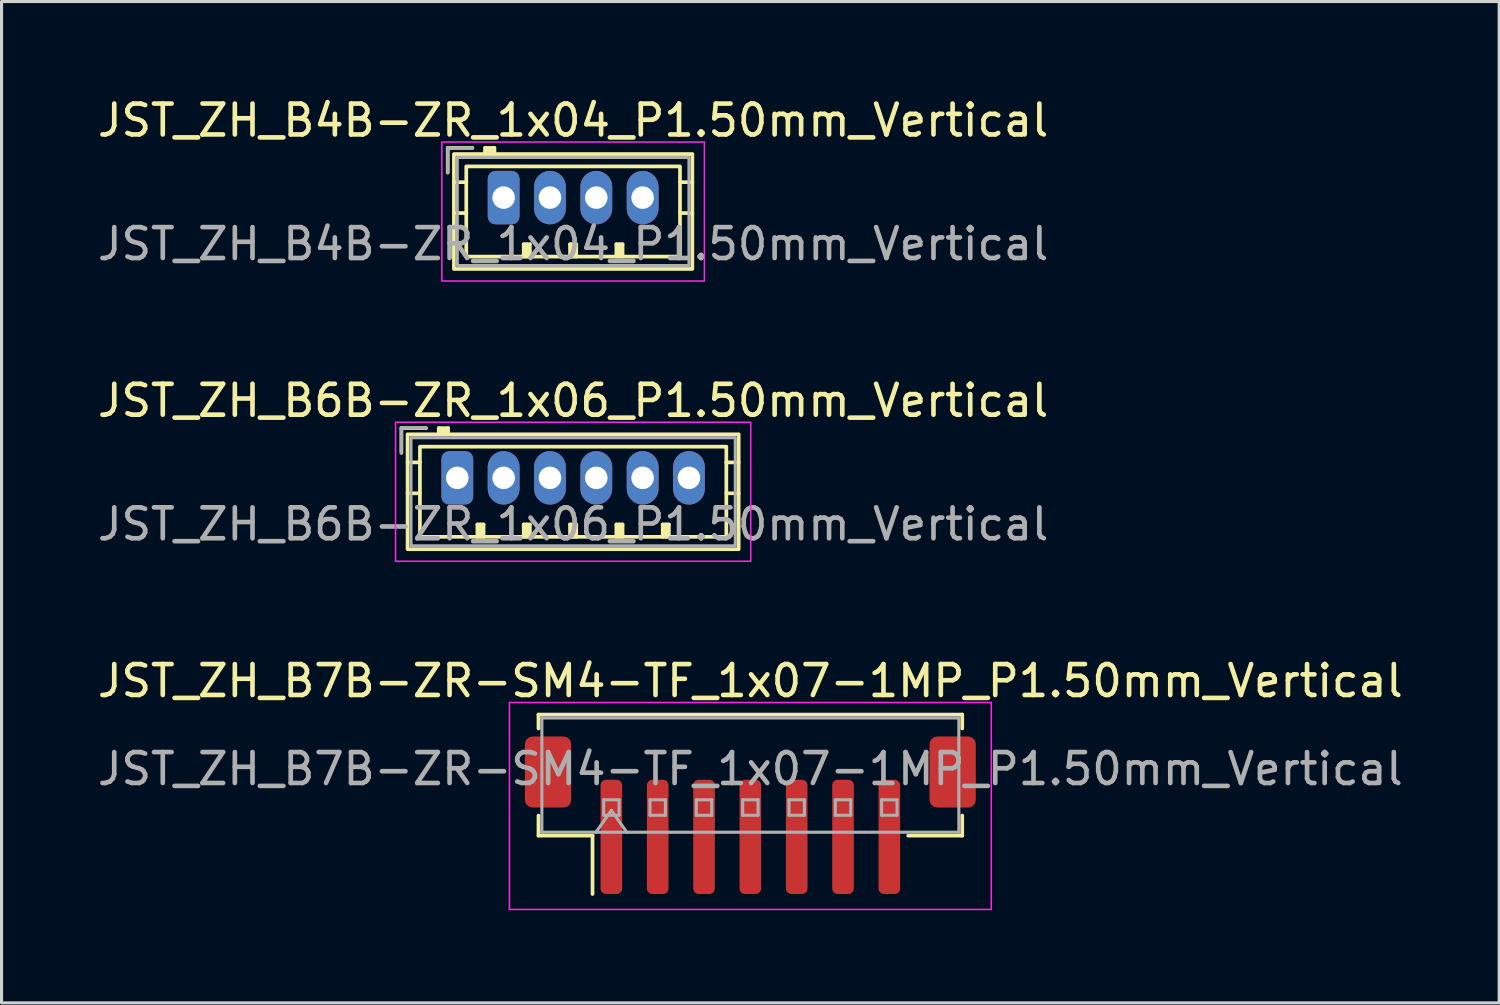
<source format=kicad_pcb>
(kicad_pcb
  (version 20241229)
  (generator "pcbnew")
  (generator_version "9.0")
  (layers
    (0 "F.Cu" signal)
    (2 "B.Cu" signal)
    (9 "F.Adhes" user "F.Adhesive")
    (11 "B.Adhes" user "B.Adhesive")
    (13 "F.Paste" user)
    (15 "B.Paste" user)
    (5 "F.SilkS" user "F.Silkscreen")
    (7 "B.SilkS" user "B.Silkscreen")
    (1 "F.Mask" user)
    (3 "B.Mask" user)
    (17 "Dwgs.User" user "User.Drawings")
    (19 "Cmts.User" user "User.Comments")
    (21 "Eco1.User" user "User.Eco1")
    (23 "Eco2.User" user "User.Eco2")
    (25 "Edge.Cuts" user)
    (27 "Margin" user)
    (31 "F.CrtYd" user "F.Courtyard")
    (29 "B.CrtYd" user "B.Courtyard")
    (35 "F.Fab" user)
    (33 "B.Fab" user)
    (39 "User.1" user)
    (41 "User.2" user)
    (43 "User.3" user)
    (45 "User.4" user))
  (footprint "JST_ZH_B7B-ZR-SM4-TF_1x07-1MP_P1.50mm_Vertical"
    (layer "F.Cu")
    (at 21.244 23.345)
    (property "Reference" "JST_ZH_B7B-ZR-SM4-TF_1x07-1MP_P1.50mm_Vertical" (at 0 -4.35 0) (layer "F.SilkS") (effects (font (size 1 1) (thickness 0.15))))
    (attr smd)
    (fp_line (start -6.86 -3.26) (end 6.86 -3.26) (stroke (width 0.12) (type solid)) (layer "F.SilkS"))
    (fp_line (start -6.86 -2.81) (end -6.86 -3.26) (stroke (width 0.12) (type solid)) (layer "F.SilkS"))
    (fp_line (start -6.86 0.01) (end -6.86 0.66) (stroke (width 0.12) (type solid)) (layer "F.SilkS"))
    (fp_line (start -6.86 0.66) (end -5.11 0.66) (stroke (width 0.12) (type solid)) (layer "F.SilkS"))
    (fp_line (start -5.11 0.66) (end -5.11 2.55) (stroke (width 0.12) (type solid)) (layer "F.SilkS"))
    (fp_line (start 6.86 -3.26) (end 6.86 -2.81) (stroke (width 0.12) (type solid)) (layer "F.SilkS"))
    (fp_line (start 6.86 0.01) (end 6.86 0.66) (stroke (width 0.12) (type solid)) (layer "F.SilkS"))
    (fp_line (start 6.86 0.66) (end 5.11 0.66) (stroke (width 0.12) (type solid)) (layer "F.SilkS"))
    (fp_line (start -7.8 -3.65) (end -7.8 3.05) (stroke (width 0.05) (type solid)) (layer "F.CrtYd"))
    (fp_line (start -7.8 3.05) (end 7.8 3.05) (stroke (width 0.05) (type solid)) (layer "F.CrtYd"))
    (fp_line (start 7.8 -3.65) (end -7.8 -3.65) (stroke (width 0.05) (type solid)) (layer "F.CrtYd"))
    (fp_line (start 7.8 3.05) (end 7.8 -3.65) (stroke (width 0.05) (type solid)) (layer "F.CrtYd"))
    (fp_line (start -6.75 -3.15) (end 6.75 -3.15) (stroke (width 0.1) (type solid)) (layer "F.Fab"))
    (fp_line (start -6.75 0.55) (end -6.75 -3.15) (stroke (width 0.1) (type solid)) (layer "F.Fab"))
    (fp_line (start -6.75 0.55) (end 6.75 0.55) (stroke (width 0.1) (type solid)) (layer "F.Fab"))
    (fp_line (start -5 0.55) (end -4.5 -0.157) (stroke (width 0.1) (type solid)) (layer "F.Fab"))
    (fp_line (start -4.75 -0.5) (end -4.75 0) (stroke (width 0.1) (type solid)) (layer "F.Fab"))
    (fp_line (start -4.75 0) (end -4.25 0) (stroke (width 0.1) (type solid)) (layer "F.Fab"))
    (fp_line (start -4.5 -0.157) (end -4 0.55) (stroke (width 0.1) (type solid)) (layer "F.Fab"))
    (fp_line (start -4.25 -0.5) (end -4.75 -0.5) (stroke (width 0.1) (type solid)) (layer "F.Fab"))
    (fp_line (start -4.25 0) (end -4.25 -0.5) (stroke (width 0.1) (type solid)) (layer "F.Fab"))
    (fp_line (start -3.25 -0.5) (end -3.25 0) (stroke (width 0.1) (type solid)) (layer "F.Fab"))
    (fp_line (start -3.25 0) (end -2.75 0) (stroke (width 0.1) (type solid)) (layer "F.Fab"))
    (fp_line (start -2.75 -0.5) (end -3.25 -0.5) (stroke (width 0.1) (type solid)) (layer "F.Fab"))
    (fp_line (start -2.75 0) (end -2.75 -0.5) (stroke (width 0.1) (type solid)) (layer "F.Fab"))
    (fp_line (start -1.75 -0.5) (end -1.75 0) (stroke (width 0.1) (type solid)) (layer "F.Fab"))
    (fp_line (start -1.75 0) (end -1.25 0) (stroke (width 0.1) (type solid)) (layer "F.Fab"))
    (fp_line (start -1.25 -0.5) (end -1.75 -0.5) (stroke (width 0.1) (type solid)) (layer "F.Fab"))
    (fp_line (start -1.25 0) (end -1.25 -0.5) (stroke (width 0.1) (type solid)) (layer "F.Fab"))
    (fp_line (start -0.25 -0.5) (end -0.25 0) (stroke (width 0.1) (type solid)) (layer "F.Fab"))
    (fp_line (start -0.25 0) (end 0.25 0) (stroke (width 0.1) (type solid)) (layer "F.Fab"))
    (fp_line (start 0.25 -0.5) (end -0.25 -0.5) (stroke (width 0.1) (type solid)) (layer "F.Fab"))
    (fp_line (start 0.25 0) (end 0.25 -0.5) (stroke (width 0.1) (type solid)) (layer "F.Fab"))
    (fp_line (start 1.25 -0.5) (end 1.25 0) (stroke (width 0.1) (type solid)) (layer "F.Fab"))
    (fp_line (start 1.25 0) (end 1.75 0) (stroke (width 0.1) (type solid)) (layer "F.Fab"))
    (fp_line (start 1.75 -0.5) (end 1.25 -0.5) (stroke (width 0.1) (type solid)) (layer "F.Fab"))
    (fp_line (start 1.75 0) (end 1.75 -0.5) (stroke (width 0.1) (type solid)) (layer "F.Fab"))
    (fp_line (start 2.75 -0.5) (end 2.75 0) (stroke (width 0.1) (type solid)) (layer "F.Fab"))
    (fp_line (start 2.75 0) (end 3.25 0) (stroke (width 0.1) (type solid)) (layer "F.Fab"))
    (fp_line (start 3.25 -0.5) (end 2.75 -0.5) (stroke (width 0.1) (type solid)) (layer "F.Fab"))
    (fp_line (start 3.25 0) (end 3.25 -0.5) (stroke (width 0.1) (type solid)) (layer "F.Fab"))
    (fp_line (start 4.25 -0.5) (end 4.25 0) (stroke (width 0.1) (type solid)) (layer "F.Fab"))
    (fp_line (start 4.25 0) (end 4.75 0) (stroke (width 0.1) (type solid)) (layer "F.Fab"))
    (fp_line (start 4.75 -0.5) (end 4.25 -0.5) (stroke (width 0.1) (type solid)) (layer "F.Fab"))
    (fp_line (start 4.75 0) (end 4.75 -0.5) (stroke (width 0.1) (type solid)) (layer "F.Fab"))
    (fp_line (start 6.75 0.55) (end 6.75 -3.15) (stroke (width 0.1) (type solid)) (layer "F.Fab"))
    (fp_text user "${REFERENCE}" (at 0 -1.5 0) (layer "F.Fab") (effects (font (size 1 1) (thickness 0.15))))
    (pad "1" smd roundrect (at -4.5 0.7) (size 0.7 3.7) (layers "F.Cu" "F.Mask" "F.Paste") (roundrect_rratio 0.25))
    (pad "2" smd roundrect (at -3 0.7) (size 0.7 3.7) (layers "F.Cu" "F.Mask" "F.Paste") (roundrect_rratio 0.25))
    (pad "3" smd roundrect (at -1.5 0.7) (size 0.7 3.7) (layers "F.Cu" "F.Mask" "F.Paste") (roundrect_rratio 0.25))
    (pad "4" smd roundrect (at 0 0.7) (size 0.7 3.7) (layers "F.Cu" "F.Mask" "F.Paste") (roundrect_rratio 0.25))
    (pad "5" smd roundrect (at 1.5 0.7) (size 0.7 3.7) (layers "F.Cu" "F.Mask" "F.Paste") (roundrect_rratio 0.25))
    (pad "6" smd roundrect (at 3 0.7) (size 0.7 3.7) (layers "F.Cu" "F.Mask" "F.Paste") (roundrect_rratio 0.25))
    (pad "7" smd roundrect (at 4.5 0.7) (size 0.7 3.7) (layers "F.Cu" "F.Mask" "F.Paste") (roundrect_rratio 0.25))
    (pad "MP" smd roundrect (at -6.55 -1.4) (size 1.5 2.3) (layers "F.Cu" "F.Mask" "F.Paste") (roundrect_rratio 0.167))
    (pad "MP" smd roundrect (at 6.55 -1.4) (size 1.5 2.3) (layers "F.Cu" "F.Mask" "F.Paste") (roundrect_rratio 0.167)))
  (footprint "JST_ZH_B6B-ZR_1x06_P1.50mm_Vertical"
    (layer "F.Cu")
    (at 11.756 12.421)
    (property "Reference" "JST_ZH_B6B-ZR_1x06_P1.50mm_Vertical" (at 3.75 -2.5 0) (layer "F.SilkS") (effects (font (size 1 1) (thickness 0.15))))
    (attr through_hole)
    (fp_line (start -1.81 -1.61) (end -1.81 -0.81) (stroke (width 0.12) (type solid)) (layer "F.SilkS"))
    (fp_line (start -1.61 -0.5) (end -1.21 -0.5) (stroke (width 0.12) (type solid)) (layer "F.SilkS"))
    (fp_line (start -1.61 0.5) (end -1.21 0.5) (stroke (width 0.12) (type solid)) (layer "F.SilkS"))
    (fp_line (start -1.01 -1.61) (end -1.81 -1.61) (stroke (width 0.12) (type solid)) (layer "F.SilkS"))
    (fp_line (start -0.6 -1.61) (end -0.6 -1.41) (stroke (width 0.12) (type solid)) (layer "F.SilkS"))
    (fp_line (start -0.3 -1.61) (end -0.6 -1.61) (stroke (width 0.12) (type solid)) (layer "F.SilkS"))
    (fp_line (start -0.3 -1.51) (end -0.6 -1.51) (stroke (width 0.12) (type solid)) (layer "F.SilkS"))
    (fp_line (start -0.3 -1.41) (end -0.3 -1.61) (stroke (width 0.12) (type solid)) (layer "F.SilkS"))
    (fp_line (start 0.65 1.51) (end 0.85 1.51) (stroke (width 0.12) (type solid)) (layer "F.SilkS"))
    (fp_line (start 0.65 1.91) (end 0.65 1.51) (stroke (width 0.12) (type solid)) (layer "F.SilkS"))
    (fp_line (start 0.75 1.91) (end 0.75 1.51) (stroke (width 0.12) (type solid)) (layer "F.SilkS"))
    (fp_line (start 0.85 1.51) (end 0.85 1.91) (stroke (width 0.12) (type solid)) (layer "F.SilkS"))
    (fp_line (start 2.15 1.51) (end 2.35 1.51) (stroke (width 0.12) (type solid)) (layer "F.SilkS"))
    (fp_line (start 2.15 1.91) (end 2.15 1.51) (stroke (width 0.12) (type solid)) (layer "F.SilkS"))
    (fp_line (start 2.25 1.91) (end 2.25 1.51) (stroke (width 0.12) (type solid)) (layer "F.SilkS"))
    (fp_line (start 2.35 1.51) (end 2.35 1.91) (stroke (width 0.12) (type solid)) (layer "F.SilkS"))
    (fp_line (start 3.65 1.51) (end 3.85 1.51) (stroke (width 0.12) (type solid)) (layer "F.SilkS"))
    (fp_line (start 3.65 1.91) (end 3.65 1.51) (stroke (width 0.12) (type solid)) (layer "F.SilkS"))
    (fp_line (start 3.75 1.91) (end 3.75 1.51) (stroke (width 0.12) (type solid)) (layer "F.SilkS"))
    (fp_line (start 3.85 1.51) (end 3.85 1.91) (stroke (width 0.12) (type solid)) (layer "F.SilkS"))
    (fp_line (start 5.15 1.51) (end 5.35 1.51) (stroke (width 0.12) (type solid)) (layer "F.SilkS"))
    (fp_line (start 5.15 1.91) (end 5.15 1.51) (stroke (width 0.12) (type solid)) (layer "F.SilkS"))
    (fp_line (start 5.25 1.91) (end 5.25 1.51) (stroke (width 0.12) (type solid)) (layer "F.SilkS"))
    (fp_line (start 5.35 1.51) (end 5.35 1.91) (stroke (width 0.12) (type solid)) (layer "F.SilkS"))
    (fp_line (start 6.65 1.51) (end 6.85 1.51) (stroke (width 0.12) (type solid)) (layer "F.SilkS"))
    (fp_line (start 6.65 1.91) (end 6.65 1.51) (stroke (width 0.12) (type solid)) (layer "F.SilkS"))
    (fp_line (start 6.75 1.91) (end 6.75 1.51) (stroke (width 0.12) (type solid)) (layer "F.SilkS"))
    (fp_line (start 6.85 1.51) (end 6.85 1.91) (stroke (width 0.12) (type solid)) (layer "F.SilkS"))
    (fp_line (start 9.11 -0.5) (end 8.71 -0.5) (stroke (width 0.12) (type solid)) (layer "F.SilkS"))
    (fp_line (start 9.11 0.5) (end 8.71 0.5) (stroke (width 0.12) (type solid)) (layer "F.SilkS"))
    (fp_rect (start -1.61 -1.41) (end 9.11 2.31) (stroke (width 0.12) (type solid)) (fill no) (layer "F.SilkS"))
    (fp_rect (start -1.21 -1.01) (end 8.71 1.91) (stroke (width 0.12) (type solid)) (fill no) (layer "F.SilkS"))
    (fp_rect (start -2 -1.8) (end 9.5 2.7) (stroke (width 0.05) (type solid)) (fill no) (layer "F.CrtYd"))
    (fp_line (start -1.81 -1.61) (end -1.81 -0.81) (stroke (width 0.1) (type solid)) (layer "F.Fab"))
    (fp_line (start -1.01 -1.61) (end -1.81 -1.61) (stroke (width 0.1) (type solid)) (layer "F.Fab"))
    (fp_rect (start -1.5 -1.3) (end 9 2.2) (stroke (width 0.1) (type solid)) (fill no) (layer "F.Fab"))
    (fp_text user "${REFERENCE}" (at 3.75 1.5 0) (layer "F.Fab") (effects (font (size 1 1) (thickness 0.15))))
    (pad "1" thru_hole roundrect (at 0 0) (size 1.03 1.73) (drill 0.73) (layers "*.Cu" "*.Mask") (roundrect_rratio 0.243))
    (pad "2" thru_hole oval (at 1.5 0) (size 1.03 1.73) (drill 0.73) (layers "*.Cu" "*.Mask"))
    (pad "3" thru_hole oval (at 3 0) (size 1.03 1.73) (drill 0.73) (layers "*.Cu" "*.Mask"))
    (pad "4" thru_hole oval (at 4.5 0) (size 1.03 1.73) (drill 0.73) (layers "*.Cu" "*.Mask"))
    (pad "5" thru_hole oval (at 6 0) (size 1.03 1.73) (drill 0.73) (layers "*.Cu" "*.Mask"))
    (pad "6" thru_hole oval (at 7.5 0) (size 1.03 1.73) (drill 0.73) (layers "*.Cu" "*.Mask")))
  (footprint "JST_ZH_B4B-ZR_1x04_P1.50mm_Vertical"
    (layer "F.Cu")
    (at 13.256 3.348)
    (property "Reference" "JST_ZH_B4B-ZR_1x04_P1.50mm_Vertical" (at 2.25 -2.5 0) (layer "F.SilkS") (effects (font (size 1 1) (thickness 0.15))))
    (attr through_hole)
    (fp_line (start -1.81 -1.61) (end -1.81 -0.81) (stroke (width 0.12) (type solid)) (layer "F.SilkS"))
    (fp_line (start -1.61 -0.5) (end -1.21 -0.5) (stroke (width 0.12) (type solid)) (layer "F.SilkS"))
    (fp_line (start -1.61 0.5) (end -1.21 0.5) (stroke (width 0.12) (type solid)) (layer "F.SilkS"))
    (fp_line (start -1.01 -1.61) (end -1.81 -1.61) (stroke (width 0.12) (type solid)) (layer "F.SilkS"))
    (fp_line (start -0.6 -1.61) (end -0.6 -1.41) (stroke (width 0.12) (type solid)) (layer "F.SilkS"))
    (fp_line (start -0.3 -1.61) (end -0.6 -1.61) (stroke (width 0.12) (type solid)) (layer "F.SilkS"))
    (fp_line (start -0.3 -1.51) (end -0.6 -1.51) (stroke (width 0.12) (type solid)) (layer "F.SilkS"))
    (fp_line (start -0.3 -1.41) (end -0.3 -1.61) (stroke (width 0.12) (type solid)) (layer "F.SilkS"))
    (fp_line (start 0.65 1.51) (end 0.85 1.51) (stroke (width 0.12) (type solid)) (layer "F.SilkS"))
    (fp_line (start 0.65 1.91) (end 0.65 1.51) (stroke (width 0.12) (type solid)) (layer "F.SilkS"))
    (fp_line (start 0.75 1.91) (end 0.75 1.51) (stroke (width 0.12) (type solid)) (layer "F.SilkS"))
    (fp_line (start 0.85 1.51) (end 0.85 1.91) (stroke (width 0.12) (type solid)) (layer "F.SilkS"))
    (fp_line (start 2.15 1.51) (end 2.35 1.51) (stroke (width 0.12) (type solid)) (layer "F.SilkS"))
    (fp_line (start 2.15 1.91) (end 2.15 1.51) (stroke (width 0.12) (type solid)) (layer "F.SilkS"))
    (fp_line (start 2.25 1.91) (end 2.25 1.51) (stroke (width 0.12) (type solid)) (layer "F.SilkS"))
    (fp_line (start 2.35 1.51) (end 2.35 1.91) (stroke (width 0.12) (type solid)) (layer "F.SilkS"))
    (fp_line (start 3.65 1.51) (end 3.85 1.51) (stroke (width 0.12) (type solid)) (layer "F.SilkS"))
    (fp_line (start 3.65 1.91) (end 3.65 1.51) (stroke (width 0.12) (type solid)) (layer "F.SilkS"))
    (fp_line (start 3.75 1.91) (end 3.75 1.51) (stroke (width 0.12) (type solid)) (layer "F.SilkS"))
    (fp_line (start 3.85 1.51) (end 3.85 1.91) (stroke (width 0.12) (type solid)) (layer "F.SilkS"))
    (fp_line (start 6.11 -0.5) (end 5.71 -0.5) (stroke (width 0.12) (type solid)) (layer "F.SilkS"))
    (fp_line (start 6.11 0.5) (end 5.71 0.5) (stroke (width 0.12) (type solid)) (layer "F.SilkS"))
    (fp_rect (start -1.61 -1.41) (end 6.11 2.31) (stroke (width 0.12) (type solid)) (fill no) (layer "F.SilkS"))
    (fp_rect (start -1.21 -1.01) (end 5.71 1.91) (stroke (width 0.12) (type solid)) (fill no) (layer "F.SilkS"))
    (fp_rect (start -2 -1.8) (end 6.5 2.7) (stroke (width 0.05) (type solid)) (fill no) (layer "F.CrtYd"))
    (fp_line (start -1.81 -1.61) (end -1.81 -0.81) (stroke (width 0.1) (type solid)) (layer "F.Fab"))
    (fp_line (start -1.01 -1.61) (end -1.81 -1.61) (stroke (width 0.1) (type solid)) (layer "F.Fab"))
    (fp_rect (start -1.5 -1.3) (end 6 2.2) (stroke (width 0.1) (type solid)) (fill no) (layer "F.Fab"))
    (fp_text user "${REFERENCE}" (at 2.25 1.5 0) (layer "F.Fab") (effects (font (size 1 1) (thickness 0.15))))
    (pad "1" thru_hole roundrect (at 0 0) (size 1.03 1.73) (drill 0.73) (layers "*.Cu" "*.Mask") (roundrect_rratio 0.243))
    (pad "2" thru_hole oval (at 1.5 0) (size 1.03 1.73) (drill 0.73) (layers "*.Cu" "*.Mask"))
    (pad "3" thru_hole oval (at 3 0) (size 1.03 1.73) (drill 0.73) (layers "*.Cu" "*.Mask"))
    (pad "4" thru_hole oval (at 4.5 0) (size 1.03 1.73) (drill 0.73) (layers "*.Cu" "*.Mask")))
  (gr_rect
    (start -3 -3)
    (end 45.488 29.42)
    (stroke (width 0.1) (type default))
    (fill no)
    (layer "Edge.Cuts")))
</source>
